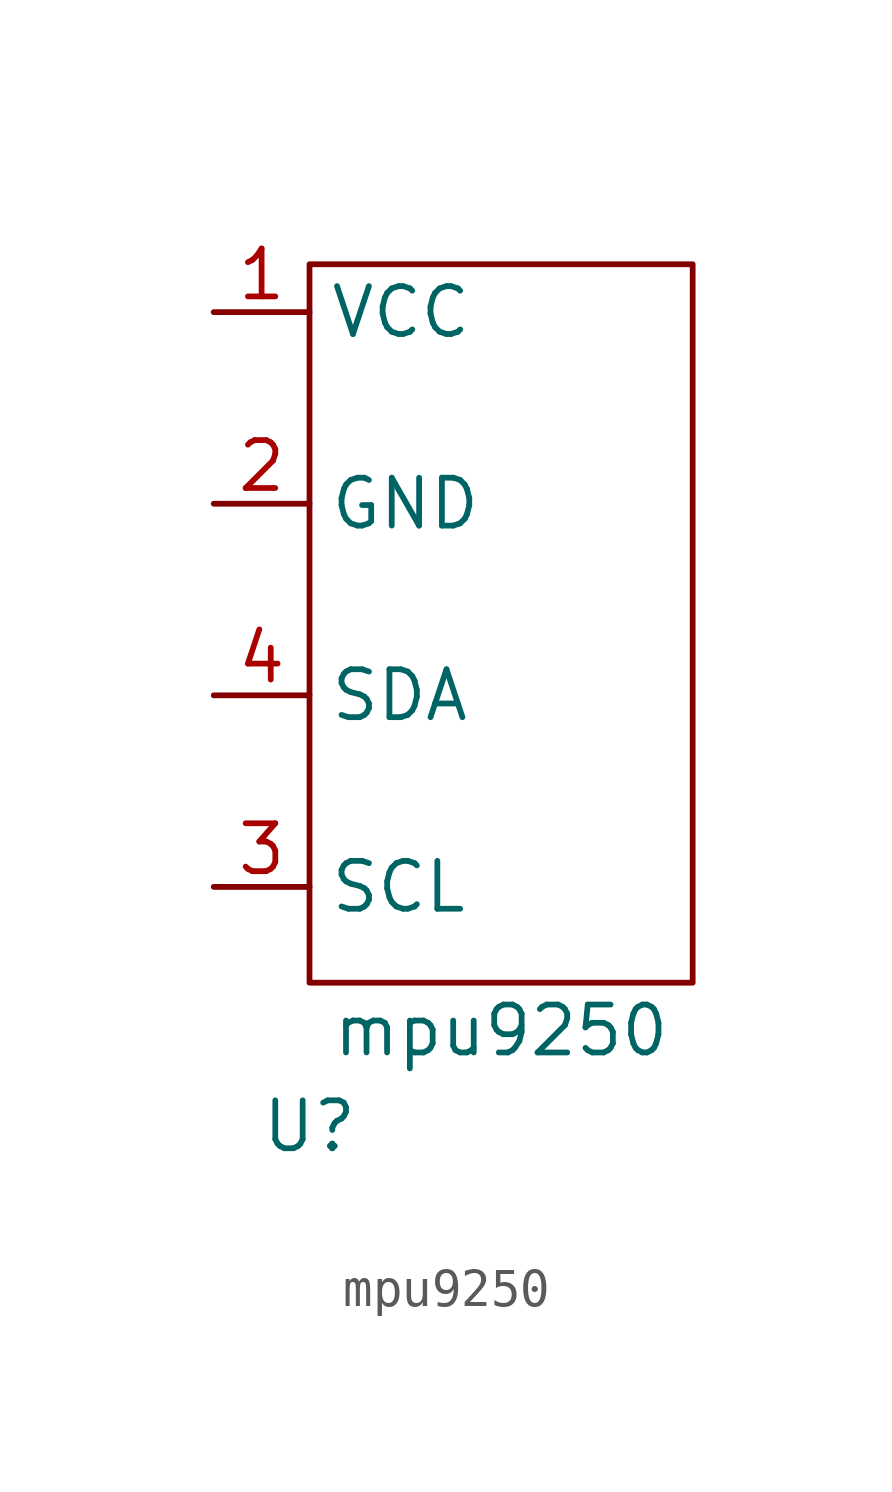
<source format=kicad_sym>
(kicad_symbol_lib
  (version 20211014)
  (generator kicad_symbol_editor)
  (symbol "mpu9250"
    (property "Reference" "U"
      (at 0 0 0)
      (effects (font (size 1.27 1.27))))
    (property "Value" "mpu9250"
      (at 5.08 2.54 0)
      (effects (font (size 1.27 1.27))))
    (symbol "mpu9250_0_1"
      (rectangle (start 0 22.86) (end 10.16 3.81) (stroke (width 0) (type default) (color 0 0 0 0)) (fill (type none))))
    (symbol "mpu9250_1_1"
      (pin input line (at -2.54 21.59 0) (length 2.54) (name "VCC" (effects (font (size 1.27 1.27)))) (number "1" (effects (font (size 1.27 1.27)))))
      (pin output line (at -2.54 16.51 0) (length 2.54) (name "GND" (effects (font (size 1.27 1.27)))) (number "2" (effects (font (size 1.27 1.27)))))
      (pin input line (at -2.54 6.35 0) (length 2.54) (name "SCL" (effects (font (size 1.27 1.27)))) (number "3" (effects (font (size 1.27 1.27)))))
      (pin input line (at -2.54 11.43 0) (length 2.54) (name "SDA" (effects (font (size 1.27 1.27)))) (number "4" (effects (font (size 1.27 1.27))))))))
</source>
